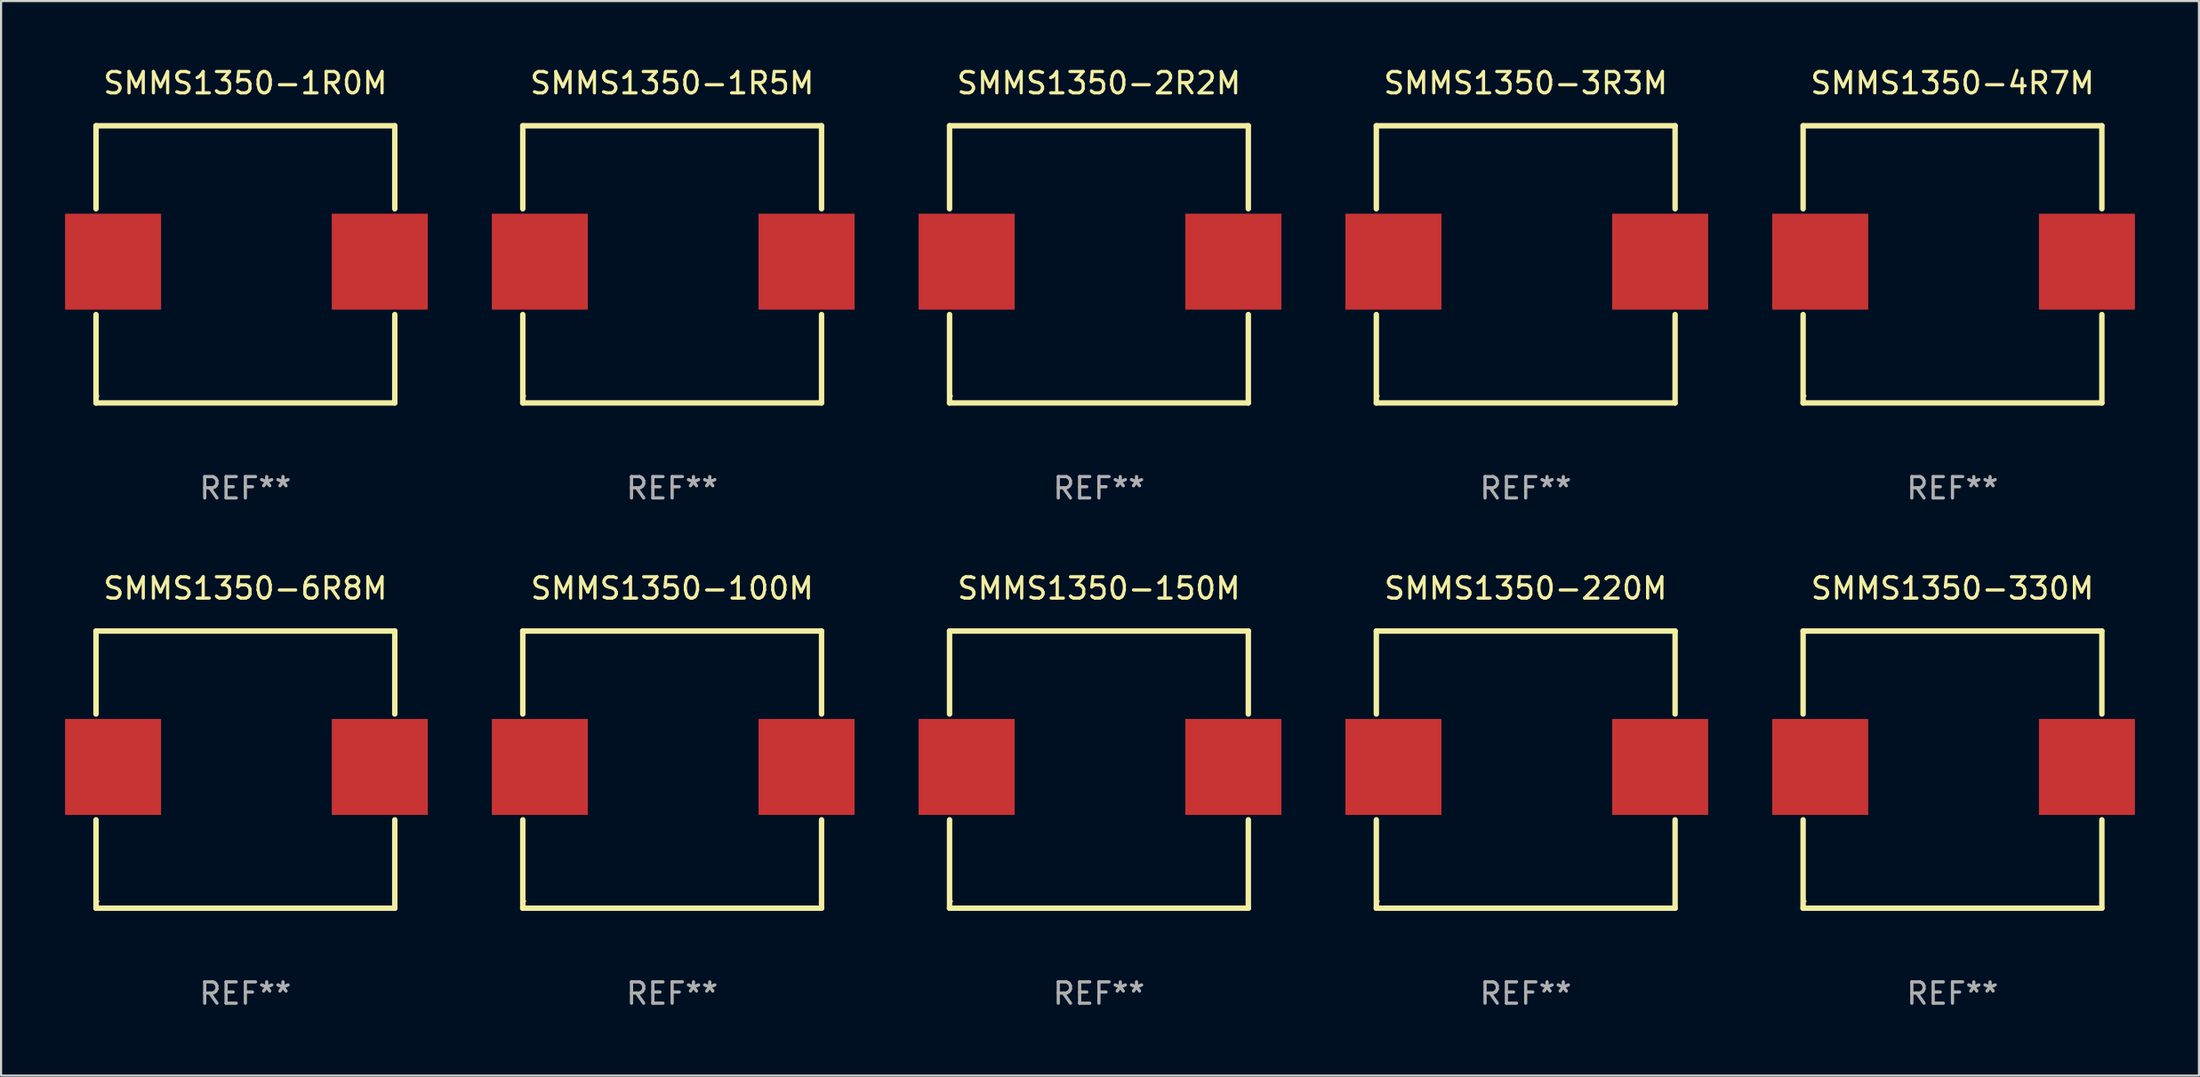
<source format=kicad_pcb>
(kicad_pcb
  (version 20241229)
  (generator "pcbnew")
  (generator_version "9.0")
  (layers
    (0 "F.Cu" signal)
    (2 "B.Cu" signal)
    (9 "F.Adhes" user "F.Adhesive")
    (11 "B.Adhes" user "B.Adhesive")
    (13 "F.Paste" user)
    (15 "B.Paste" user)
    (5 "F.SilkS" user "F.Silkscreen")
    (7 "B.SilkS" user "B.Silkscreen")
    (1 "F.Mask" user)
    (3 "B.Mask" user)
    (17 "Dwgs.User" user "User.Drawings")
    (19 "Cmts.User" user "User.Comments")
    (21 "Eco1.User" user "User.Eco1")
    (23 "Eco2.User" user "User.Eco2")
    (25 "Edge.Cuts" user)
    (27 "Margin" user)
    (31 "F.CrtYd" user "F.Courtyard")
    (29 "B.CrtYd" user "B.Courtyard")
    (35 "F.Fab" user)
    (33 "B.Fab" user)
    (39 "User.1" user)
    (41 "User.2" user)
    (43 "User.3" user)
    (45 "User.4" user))
  (footprint "SMMS1350-330M"
    (layer "F.Cu")
    (at 88.449 33.042)
    (property "Reference" "SMMS1350-330M" (at 0 -8.499 0) (layer "F.SilkS") (effects (font (size 1 1) (thickness 0.15))))
    (attr through_hole)
    (fp_line (start -7 -6.499) (end -7 -2.607) (stroke (width 0.254) (type solid)) (layer "F.SilkS"))
    (fp_line (start -7 -6.499) (end 7.001 -6.499) (stroke (width 0.254) (type solid)) (layer "F.SilkS"))
    (fp_line (start -7 2.355) (end -7 6.499) (stroke (width 0.254) (type solid)) (layer "F.SilkS"))
    (fp_line (start 7 6.499) (end -7.001 6.499) (stroke (width 0.254) (type solid)) (layer "F.SilkS"))
    (fp_line (start 7.001 -6.499) (end 7.001 -2.607) (stroke (width 0.254) (type solid)) (layer "F.SilkS"))
    (fp_line (start 7.001 2.355) (end 7.001 6.499) (stroke (width 0.254) (type solid)) (layer "F.SilkS"))
    (fp_circle (center -6.899 6.174) (end -6.869 6.174) (stroke (width 0.06) (type solid)) (fill no) (layer "F.SilkS"))
    (fp_text user "REF**" (at 0 10.499 0) (layer "F.Fab") (effects (font (size 1 1) (thickness 0.15))))
    (pad "1" smd rect (at -6.199 -0.126) (size 4.5 4.5) (layers "F.Cu" "F.Mask" "F.Paste"))
    (pad "2" smd rect (at 6.3 -0.126) (size 4.5 4.5) (layers "F.Cu" "F.Mask" "F.Paste")))
  (footprint "SMMS1350-1R5M"
    (layer "F.Cu")
    (at 28.449 9.347)
    (property "Reference" "SMMS1350-1R5M" (at 0 -8.499 0) (layer "F.SilkS") (effects (font (size 1 1) (thickness 0.15))))
    (attr through_hole)
    (fp_line (start -7 -6.499) (end -7 -2.607) (stroke (width 0.254) (type solid)) (layer "F.SilkS"))
    (fp_line (start -7 -6.499) (end 7.001 -6.499) (stroke (width 0.254) (type solid)) (layer "F.SilkS"))
    (fp_line (start -7 2.355) (end -7 6.499) (stroke (width 0.254) (type solid)) (layer "F.SilkS"))
    (fp_line (start 7 6.499) (end -7.001 6.499) (stroke (width 0.254) (type solid)) (layer "F.SilkS"))
    (fp_line (start 7.001 -6.499) (end 7.001 -2.607) (stroke (width 0.254) (type solid)) (layer "F.SilkS"))
    (fp_line (start 7.001 2.355) (end 7.001 6.499) (stroke (width 0.254) (type solid)) (layer "F.SilkS"))
    (fp_circle (center -6.899 6.174) (end -6.869 6.174) (stroke (width 0.06) (type solid)) (fill no) (layer "F.SilkS"))
    (fp_text user "REF**" (at 0 10.499 0) (layer "F.Fab") (effects (font (size 1 1) (thickness 0.15))))
    (pad "1" smd rect (at -6.199 -0.126) (size 4.5 4.5) (layers "F.Cu" "F.Mask" "F.Paste"))
    (pad "2" smd rect (at 6.3 -0.126) (size 4.5 4.5) (layers "F.Cu" "F.Mask" "F.Paste")))
  (footprint "SMMS1350-6R8M"
    (layer "F.Cu")
    (at 8.449 33.042)
    (property "Reference" "SMMS1350-6R8M" (at 0 -8.499 0) (layer "F.SilkS") (effects (font (size 1 1) (thickness 0.15))))
    (attr through_hole)
    (fp_line (start -7 -6.499) (end -7 -2.607) (stroke (width 0.254) (type solid)) (layer "F.SilkS"))
    (fp_line (start -7 -6.499) (end 7.001 -6.499) (stroke (width 0.254) (type solid)) (layer "F.SilkS"))
    (fp_line (start -7 2.355) (end -7 6.499) (stroke (width 0.254) (type solid)) (layer "F.SilkS"))
    (fp_line (start 7 6.499) (end -7.001 6.499) (stroke (width 0.254) (type solid)) (layer "F.SilkS"))
    (fp_line (start 7.001 -6.499) (end 7.001 -2.607) (stroke (width 0.254) (type solid)) (layer "F.SilkS"))
    (fp_line (start 7.001 2.355) (end 7.001 6.499) (stroke (width 0.254) (type solid)) (layer "F.SilkS"))
    (fp_circle (center -6.899 6.174) (end -6.869 6.174) (stroke (width 0.06) (type solid)) (fill no) (layer "F.SilkS"))
    (fp_text user "REF**" (at 0 10.499 0) (layer "F.Fab") (effects (font (size 1 1) (thickness 0.15))))
    (pad "1" smd rect (at -6.199 -0.126) (size 4.5 4.5) (layers "F.Cu" "F.Mask" "F.Paste"))
    (pad "2" smd rect (at 6.3 -0.126) (size 4.5 4.5) (layers "F.Cu" "F.Mask" "F.Paste")))
  (footprint "SMMS1350-150M"
    (layer "F.Cu")
    (at 48.449 33.042)
    (property "Reference" "SMMS1350-150M" (at 0 -8.499 0) (layer "F.SilkS") (effects (font (size 1 1) (thickness 0.15))))
    (attr through_hole)
    (fp_line (start -7 -6.499) (end -7 -2.607) (stroke (width 0.254) (type solid)) (layer "F.SilkS"))
    (fp_line (start -7 -6.499) (end 7.001 -6.499) (stroke (width 0.254) (type solid)) (layer "F.SilkS"))
    (fp_line (start -7 2.355) (end -7 6.499) (stroke (width 0.254) (type solid)) (layer "F.SilkS"))
    (fp_line (start 7 6.499) (end -7.001 6.499) (stroke (width 0.254) (type solid)) (layer "F.SilkS"))
    (fp_line (start 7.001 -6.499) (end 7.001 -2.607) (stroke (width 0.254) (type solid)) (layer "F.SilkS"))
    (fp_line (start 7.001 2.355) (end 7.001 6.499) (stroke (width 0.254) (type solid)) (layer "F.SilkS"))
    (fp_circle (center -6.899 6.174) (end -6.869 6.174) (stroke (width 0.06) (type solid)) (fill no) (layer "F.SilkS"))
    (fp_text user "REF**" (at 0 10.499 0) (layer "F.Fab") (effects (font (size 1 1) (thickness 0.15))))
    (pad "1" smd rect (at -6.199 -0.126) (size 4.5 4.5) (layers "F.Cu" "F.Mask" "F.Paste"))
    (pad "2" smd rect (at 6.3 -0.126) (size 4.5 4.5) (layers "F.Cu" "F.Mask" "F.Paste")))
  (footprint "SMMS1350-220M"
    (layer "F.Cu")
    (at 68.449 33.042)
    (property "Reference" "SMMS1350-220M" (at 0 -8.499 0) (layer "F.SilkS") (effects (font (size 1 1) (thickness 0.15))))
    (attr through_hole)
    (fp_line (start -7 -6.499) (end -7 -2.607) (stroke (width 0.254) (type solid)) (layer "F.SilkS"))
    (fp_line (start -7 -6.499) (end 7.001 -6.499) (stroke (width 0.254) (type solid)) (layer "F.SilkS"))
    (fp_line (start -7 2.355) (end -7 6.499) (stroke (width 0.254) (type solid)) (layer "F.SilkS"))
    (fp_line (start 7 6.499) (end -7.001 6.499) (stroke (width 0.254) (type solid)) (layer "F.SilkS"))
    (fp_line (start 7.001 -6.499) (end 7.001 -2.607) (stroke (width 0.254) (type solid)) (layer "F.SilkS"))
    (fp_line (start 7.001 2.355) (end 7.001 6.499) (stroke (width 0.254) (type solid)) (layer "F.SilkS"))
    (fp_circle (center -6.899 6.174) (end -6.869 6.174) (stroke (width 0.06) (type solid)) (fill no) (layer "F.SilkS"))
    (fp_text user "REF**" (at 0 10.499 0) (layer "F.Fab") (effects (font (size 1 1) (thickness 0.15))))
    (pad "1" smd rect (at -6.199 -0.126) (size 4.5 4.5) (layers "F.Cu" "F.Mask" "F.Paste"))
    (pad "2" smd rect (at 6.3 -0.126) (size 4.5 4.5) (layers "F.Cu" "F.Mask" "F.Paste")))
  (footprint "SMMS1350-100M"
    (layer "F.Cu")
    (at 28.449 33.042)
    (property "Reference" "SMMS1350-100M" (at 0 -8.499 0) (layer "F.SilkS") (effects (font (size 1 1) (thickness 0.15))))
    (attr through_hole)
    (fp_line (start -7 -6.499) (end -7 -2.607) (stroke (width 0.254) (type solid)) (layer "F.SilkS"))
    (fp_line (start -7 -6.499) (end 7.001 -6.499) (stroke (width 0.254) (type solid)) (layer "F.SilkS"))
    (fp_line (start -7 2.355) (end -7 6.499) (stroke (width 0.254) (type solid)) (layer "F.SilkS"))
    (fp_line (start 7 6.499) (end -7.001 6.499) (stroke (width 0.254) (type solid)) (layer "F.SilkS"))
    (fp_line (start 7.001 -6.499) (end 7.001 -2.607) (stroke (width 0.254) (type solid)) (layer "F.SilkS"))
    (fp_line (start 7.001 2.355) (end 7.001 6.499) (stroke (width 0.254) (type solid)) (layer "F.SilkS"))
    (fp_circle (center -6.899 6.174) (end -6.869 6.174) (stroke (width 0.06) (type solid)) (fill no) (layer "F.SilkS"))
    (fp_text user "REF**" (at 0 10.499 0) (layer "F.Fab") (effects (font (size 1 1) (thickness 0.15))))
    (pad "1" smd rect (at -6.199 -0.126) (size 4.5 4.5) (layers "F.Cu" "F.Mask" "F.Paste"))
    (pad "2" smd rect (at 6.3 -0.126) (size 4.5 4.5) (layers "F.Cu" "F.Mask" "F.Paste")))
  (footprint "SMMS1350-4R7M"
    (layer "F.Cu")
    (at 88.449 9.347)
    (property "Reference" "SMMS1350-4R7M" (at 0 -8.499 0) (layer "F.SilkS") (effects (font (size 1 1) (thickness 0.15))))
    (attr through_hole)
    (fp_line (start -7 -6.499) (end -7 -2.607) (stroke (width 0.254) (type solid)) (layer "F.SilkS"))
    (fp_line (start -7 -6.499) (end 7.001 -6.499) (stroke (width 0.254) (type solid)) (layer "F.SilkS"))
    (fp_line (start -7 2.355) (end -7 6.499) (stroke (width 0.254) (type solid)) (layer "F.SilkS"))
    (fp_line (start 7 6.499) (end -7.001 6.499) (stroke (width 0.254) (type solid)) (layer "F.SilkS"))
    (fp_line (start 7.001 -6.499) (end 7.001 -2.607) (stroke (width 0.254) (type solid)) (layer "F.SilkS"))
    (fp_line (start 7.001 2.355) (end 7.001 6.499) (stroke (width 0.254) (type solid)) (layer "F.SilkS"))
    (fp_circle (center -6.899 6.174) (end -6.869 6.174) (stroke (width 0.06) (type solid)) (fill no) (layer "F.SilkS"))
    (fp_text user "REF**" (at 0 10.499 0) (layer "F.Fab") (effects (font (size 1 1) (thickness 0.15))))
    (pad "1" smd rect (at -6.199 -0.126) (size 4.5 4.5) (layers "F.Cu" "F.Mask" "F.Paste"))
    (pad "2" smd rect (at 6.3 -0.126) (size 4.5 4.5) (layers "F.Cu" "F.Mask" "F.Paste")))
  (footprint "SMMS1350-1R0M"
    (layer "F.Cu")
    (at 8.449 9.347)
    (property "Reference" "SMMS1350-1R0M" (at 0 -8.499 0) (layer "F.SilkS") (effects (font (size 1 1) (thickness 0.15))))
    (attr through_hole)
    (fp_line (start -7 -6.499) (end -7 -2.607) (stroke (width 0.254) (type solid)) (layer "F.SilkS"))
    (fp_line (start -7 -6.499) (end 7.001 -6.499) (stroke (width 0.254) (type solid)) (layer "F.SilkS"))
    (fp_line (start -7 2.355) (end -7 6.499) (stroke (width 0.254) (type solid)) (layer "F.SilkS"))
    (fp_line (start 7 6.499) (end -7.001 6.499) (stroke (width 0.254) (type solid)) (layer "F.SilkS"))
    (fp_line (start 7.001 -6.499) (end 7.001 -2.607) (stroke (width 0.254) (type solid)) (layer "F.SilkS"))
    (fp_line (start 7.001 2.355) (end 7.001 6.499) (stroke (width 0.254) (type solid)) (layer "F.SilkS"))
    (fp_circle (center -6.899 6.174) (end -6.869 6.174) (stroke (width 0.06) (type solid)) (fill no) (layer "F.SilkS"))
    (fp_text user "REF**" (at 0 10.499 0) (layer "F.Fab") (effects (font (size 1 1) (thickness 0.15))))
    (pad "1" smd rect (at -6.199 -0.126) (size 4.5 4.5) (layers "F.Cu" "F.Mask" "F.Paste"))
    (pad "2" smd rect (at 6.3 -0.126) (size 4.5 4.5) (layers "F.Cu" "F.Mask" "F.Paste")))
  (footprint "SMMS1350-2R2M"
    (layer "F.Cu")
    (at 48.449 9.347)
    (property "Reference" "SMMS1350-2R2M" (at 0 -8.499 0) (layer "F.SilkS") (effects (font (size 1 1) (thickness 0.15))))
    (attr through_hole)
    (fp_line (start -7 -6.499) (end -7 -2.607) (stroke (width 0.254) (type solid)) (layer "F.SilkS"))
    (fp_line (start -7 -6.499) (end 7.001 -6.499) (stroke (width 0.254) (type solid)) (layer "F.SilkS"))
    (fp_line (start -7 2.355) (end -7 6.499) (stroke (width 0.254) (type solid)) (layer "F.SilkS"))
    (fp_line (start 7 6.499) (end -7.001 6.499) (stroke (width 0.254) (type solid)) (layer "F.SilkS"))
    (fp_line (start 7.001 -6.499) (end 7.001 -2.607) (stroke (width 0.254) (type solid)) (layer "F.SilkS"))
    (fp_line (start 7.001 2.355) (end 7.001 6.499) (stroke (width 0.254) (type solid)) (layer "F.SilkS"))
    (fp_circle (center -6.899 6.174) (end -6.869 6.174) (stroke (width 0.06) (type solid)) (fill no) (layer "F.SilkS"))
    (fp_text user "REF**" (at 0 10.499 0) (layer "F.Fab") (effects (font (size 1 1) (thickness 0.15))))
    (pad "1" smd rect (at -6.199 -0.126) (size 4.5 4.5) (layers "F.Cu" "F.Mask" "F.Paste"))
    (pad "2" smd rect (at 6.3 -0.126) (size 4.5 4.5) (layers "F.Cu" "F.Mask" "F.Paste")))
  (footprint "SMMS1350-3R3M"
    (layer "F.Cu")
    (at 68.449 9.347)
    (property "Reference" "SMMS1350-3R3M" (at 0 -8.499 0) (layer "F.SilkS") (effects (font (size 1 1) (thickness 0.15))))
    (attr through_hole)
    (fp_line (start -7 -6.499) (end -7 -2.607) (stroke (width 0.254) (type solid)) (layer "F.SilkS"))
    (fp_line (start -7 -6.499) (end 7.001 -6.499) (stroke (width 0.254) (type solid)) (layer "F.SilkS"))
    (fp_line (start -7 2.355) (end -7 6.499) (stroke (width 0.254) (type solid)) (layer "F.SilkS"))
    (fp_line (start 7 6.499) (end -7.001 6.499) (stroke (width 0.254) (type solid)) (layer "F.SilkS"))
    (fp_line (start 7.001 -6.499) (end 7.001 -2.607) (stroke (width 0.254) (type solid)) (layer "F.SilkS"))
    (fp_line (start 7.001 2.355) (end 7.001 6.499) (stroke (width 0.254) (type solid)) (layer "F.SilkS"))
    (fp_circle (center -6.899 6.174) (end -6.869 6.174) (stroke (width 0.06) (type solid)) (fill no) (layer "F.SilkS"))
    (fp_text user "REF**" (at 0 10.499 0) (layer "F.Fab") (effects (font (size 1 1) (thickness 0.15))))
    (pad "1" smd rect (at -6.199 -0.126) (size 4.5 4.5) (layers "F.Cu" "F.Mask" "F.Paste"))
    (pad "2" smd rect (at 6.3 -0.126) (size 4.5 4.5) (layers "F.Cu" "F.Mask" "F.Paste")))
  (gr_rect
    (start -3 -3)
    (end 99.999 47.39)
    (stroke (width 0.1) (type default))
    (fill no)
    (layer "Edge.Cuts")))
</source>
